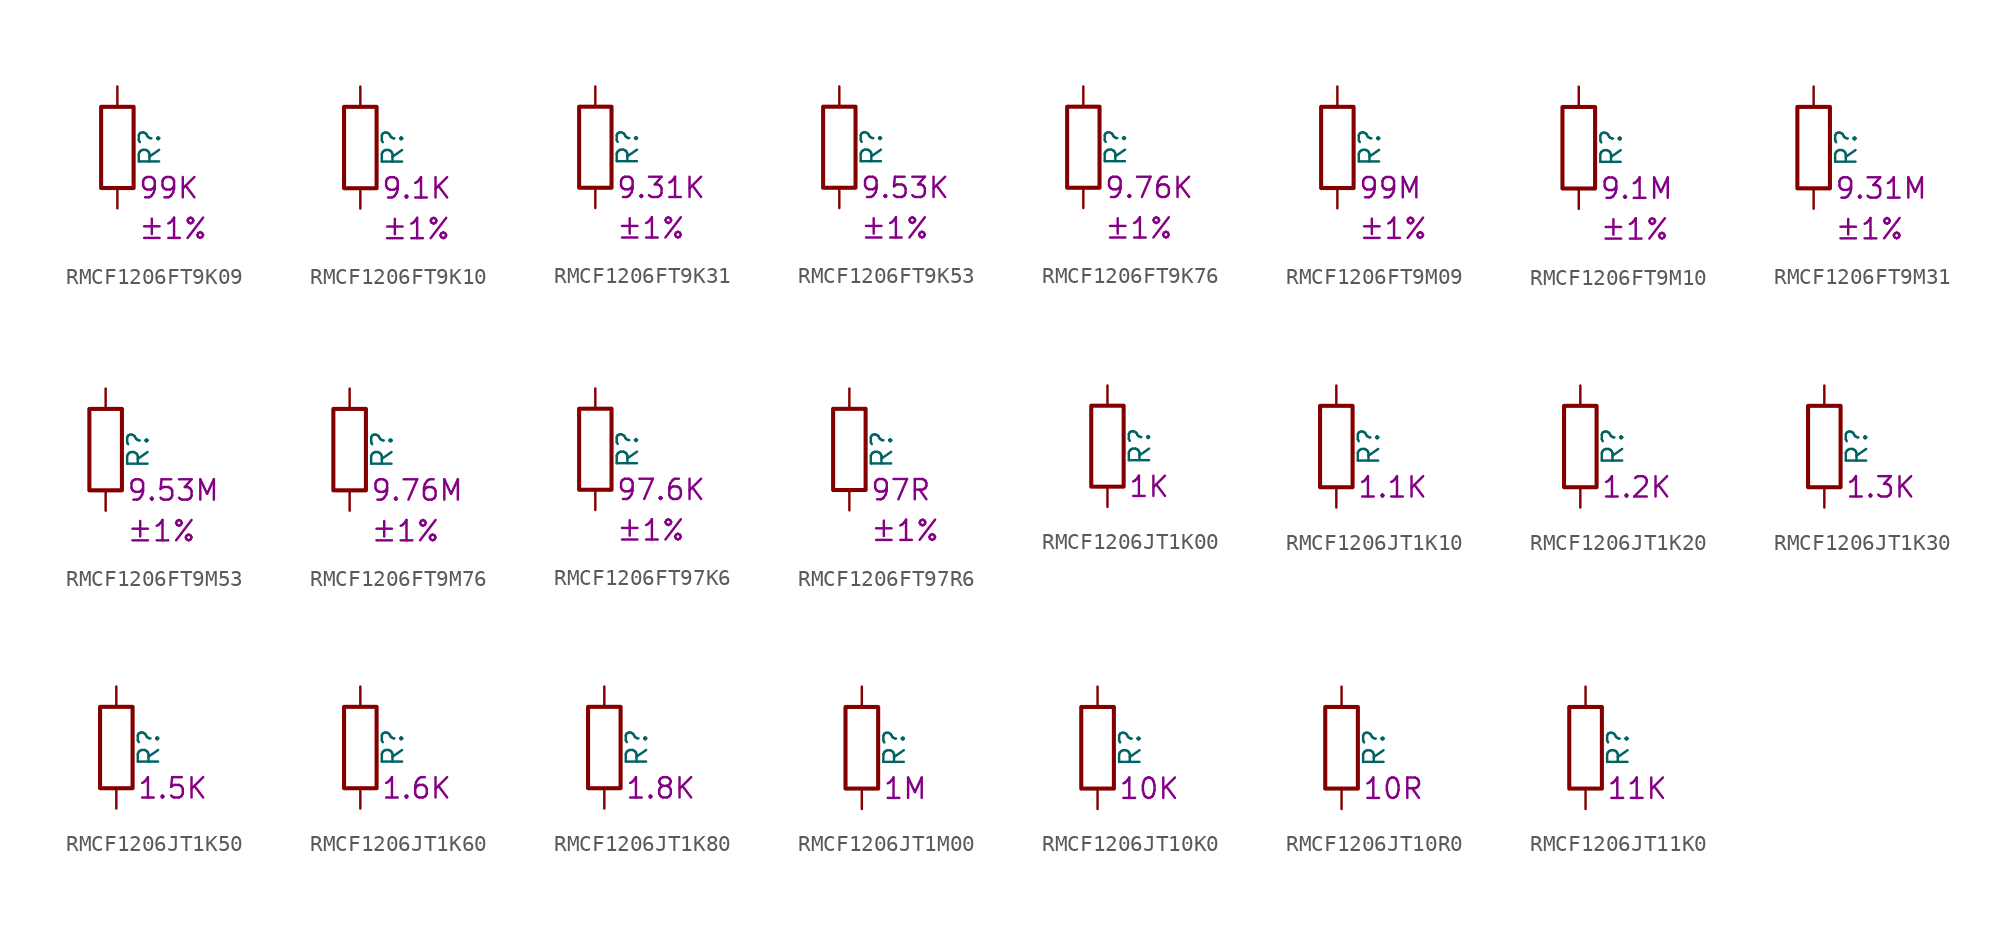
<source format=kicad_sym>
(kicad_symbol_lib
  (version 20220914)
  (generator kicad_symbol_editor)
  (symbol "RMCF1206FT9K09"
    (pin_numbers hide)
    (pin_names
      (offset 0))
    (property "Reference" "R"
      (at 2.032 0 90)
      (effects (font (size 1.27 1.27))))
    (property "Resistance" "99K"
      (at 1.27 -2.54 0)
      (effects (font (size 1.27 1.27)) (justify left)))
    (property "Tolerance" "±1%"
      (at 1.27 -5.08 0)
      (effects (font (size 1.27 1.27)) (justify left)))
    (symbol "RMCF1206FT9K09_0_1"
      (rectangle (start -1.016 -2.54) (end 1.016 2.54) (stroke (width 0.254) (type default)) (fill (type none))))
    (symbol "RMCF1206FT9K09_1_1"
      (pin passive line (at 0 3.81 270) (length 1.27) (name "~" (effects (font (size 1.27 1.27)))) (number "1" (effects (font (size 1.27 1.27)))))
      (pin passive line (at 0 -3.81 90) (length 1.27) (name "~" (effects (font (size 1.27 1.27)))) (number "2" (effects (font (size 1.27 1.27)))))))
  (symbol "RMCF1206FT9K10"
    (pin_numbers hide)
    (pin_names
      (offset 0))
    (property "Reference" "R"
      (at 2.032 0 90)
      (effects (font (size 1.27 1.27))))
    (property "Resistance" "9.1K"
      (at 1.27 -2.54 0)
      (effects (font (size 1.27 1.27)) (justify left)))
    (property "Tolerance" "±1%"
      (at 1.27 -5.08 0)
      (effects (font (size 1.27 1.27)) (justify left)))
    (symbol "RMCF1206FT9K10_0_1"
      (rectangle (start -1.016 -2.54) (end 1.016 2.54) (stroke (width 0.254) (type default)) (fill (type none))))
    (symbol "RMCF1206FT9K10_1_1"
      (pin passive line (at 0 3.81 270) (length 1.27) (name "~" (effects (font (size 1.27 1.27)))) (number "1" (effects (font (size 1.27 1.27)))))
      (pin passive line (at 0 -3.81 90) (length 1.27) (name "~" (effects (font (size 1.27 1.27)))) (number "2" (effects (font (size 1.27 1.27)))))))
  (symbol "RMCF1206FT9K31"
    (pin_numbers hide)
    (pin_names
      (offset 0))
    (property "Reference" "R"
      (at 2.032 0 90)
      (effects (font (size 1.27 1.27))))
    (property "Resistance" "9.31K"
      (at 1.27 -2.54 0)
      (effects (font (size 1.27 1.27)) (justify left)))
    (property "Tolerance" "±1%"
      (at 1.27 -5.08 0)
      (effects (font (size 1.27 1.27)) (justify left)))
    (symbol "RMCF1206FT9K31_0_1"
      (rectangle (start -1.016 -2.54) (end 1.016 2.54) (stroke (width 0.254) (type default)) (fill (type none))))
    (symbol "RMCF1206FT9K31_1_1"
      (pin passive line (at 0 3.81 270) (length 1.27) (name "~" (effects (font (size 1.27 1.27)))) (number "1" (effects (font (size 1.27 1.27)))))
      (pin passive line (at 0 -3.81 90) (length 1.27) (name "~" (effects (font (size 1.27 1.27)))) (number "2" (effects (font (size 1.27 1.27)))))))
  (symbol "RMCF1206FT9K53"
    (pin_numbers hide)
    (pin_names
      (offset 0))
    (property "Reference" "R"
      (at 2.032 0 90)
      (effects (font (size 1.27 1.27))))
    (property "Resistance" "9.53K"
      (at 1.27 -2.54 0)
      (effects (font (size 1.27 1.27)) (justify left)))
    (property "Tolerance" "±1%"
      (at 1.27 -5.08 0)
      (effects (font (size 1.27 1.27)) (justify left)))
    (symbol "RMCF1206FT9K53_0_1"
      (rectangle (start -1.016 -2.54) (end 1.016 2.54) (stroke (width 0.254) (type default)) (fill (type none))))
    (symbol "RMCF1206FT9K53_1_1"
      (pin passive line (at 0 3.81 270) (length 1.27) (name "~" (effects (font (size 1.27 1.27)))) (number "1" (effects (font (size 1.27 1.27)))))
      (pin passive line (at 0 -3.81 90) (length 1.27) (name "~" (effects (font (size 1.27 1.27)))) (number "2" (effects (font (size 1.27 1.27)))))))
  (symbol "RMCF1206FT9K76"
    (pin_numbers hide)
    (pin_names
      (offset 0))
    (property "Reference" "R"
      (at 2.032 0 90)
      (effects (font (size 1.27 1.27))))
    (property "Resistance" "9.76K"
      (at 1.27 -2.54 0)
      (effects (font (size 1.27 1.27)) (justify left)))
    (property "Tolerance" "±1%"
      (at 1.27 -5.08 0)
      (effects (font (size 1.27 1.27)) (justify left)))
    (symbol "RMCF1206FT9K76_0_1"
      (rectangle (start -1.016 -2.54) (end 1.016 2.54) (stroke (width 0.254) (type default)) (fill (type none))))
    (symbol "RMCF1206FT9K76_1_1"
      (pin passive line (at 0 3.81 270) (length 1.27) (name "~" (effects (font (size 1.27 1.27)))) (number "1" (effects (font (size 1.27 1.27)))))
      (pin passive line (at 0 -3.81 90) (length 1.27) (name "~" (effects (font (size 1.27 1.27)))) (number "2" (effects (font (size 1.27 1.27)))))))
  (symbol "RMCF1206FT9M09"
    (pin_numbers hide)
    (pin_names
      (offset 0))
    (property "Reference" "R"
      (at 2.032 0 90)
      (effects (font (size 1.27 1.27))))
    (property "Resistance" "99M"
      (at 1.27 -2.54 0)
      (effects (font (size 1.27 1.27)) (justify left)))
    (property "Tolerance" "±1%"
      (at 1.27 -5.08 0)
      (effects (font (size 1.27 1.27)) (justify left)))
    (symbol "RMCF1206FT9M09_0_1"
      (rectangle (start -1.016 -2.54) (end 1.016 2.54) (stroke (width 0.254) (type default)) (fill (type none))))
    (symbol "RMCF1206FT9M09_1_1"
      (pin passive line (at 0 3.81 270) (length 1.27) (name "~" (effects (font (size 1.27 1.27)))) (number "1" (effects (font (size 1.27 1.27)))))
      (pin passive line (at 0 -3.81 90) (length 1.27) (name "~" (effects (font (size 1.27 1.27)))) (number "2" (effects (font (size 1.27 1.27)))))))
  (symbol "RMCF1206FT9M10"
    (pin_numbers hide)
    (pin_names
      (offset 0))
    (property "Reference" "R"
      (at 2.032 0 90)
      (effects (font (size 1.27 1.27))))
    (property "Resistance" "9.1M"
      (at 1.27 -2.54 0)
      (effects (font (size 1.27 1.27)) (justify left)))
    (property "Tolerance" "±1%"
      (at 1.27 -5.08 0)
      (effects (font (size 1.27 1.27)) (justify left)))
    (symbol "RMCF1206FT9M10_0_1"
      (rectangle (start -1.016 -2.54) (end 1.016 2.54) (stroke (width 0.254) (type default)) (fill (type none))))
    (symbol "RMCF1206FT9M10_1_1"
      (pin passive line (at 0 3.81 270) (length 1.27) (name "~" (effects (font (size 1.27 1.27)))) (number "1" (effects (font (size 1.27 1.27)))))
      (pin passive line (at 0 -3.81 90) (length 1.27) (name "~" (effects (font (size 1.27 1.27)))) (number "2" (effects (font (size 1.27 1.27)))))))
  (symbol "RMCF1206FT9M31"
    (pin_numbers hide)
    (pin_names
      (offset 0))
    (property "Reference" "R"
      (at 2.032 0 90)
      (effects (font (size 1.27 1.27))))
    (property "Resistance" "9.31M"
      (at 1.27 -2.54 0)
      (effects (font (size 1.27 1.27)) (justify left)))
    (property "Tolerance" "±1%"
      (at 1.27 -5.08 0)
      (effects (font (size 1.27 1.27)) (justify left)))
    (symbol "RMCF1206FT9M31_0_1"
      (rectangle (start -1.016 -2.54) (end 1.016 2.54) (stroke (width 0.254) (type default)) (fill (type none))))
    (symbol "RMCF1206FT9M31_1_1"
      (pin passive line (at 0 3.81 270) (length 1.27) (name "~" (effects (font (size 1.27 1.27)))) (number "1" (effects (font (size 1.27 1.27)))))
      (pin passive line (at 0 -3.81 90) (length 1.27) (name "~" (effects (font (size 1.27 1.27)))) (number "2" (effects (font (size 1.27 1.27)))))))
  (symbol "RMCF1206FT9M53"
    (pin_numbers hide)
    (pin_names
      (offset 0))
    (property "Reference" "R"
      (at 2.032 0 90)
      (effects (font (size 1.27 1.27))))
    (property "Resistance" "9.53M"
      (at 1.27 -2.54 0)
      (effects (font (size 1.27 1.27)) (justify left)))
    (property "Tolerance" "±1%"
      (at 1.27 -5.08 0)
      (effects (font (size 1.27 1.27)) (justify left)))
    (symbol "RMCF1206FT9M53_0_1"
      (rectangle (start -1.016 -2.54) (end 1.016 2.54) (stroke (width 0.254) (type default)) (fill (type none))))
    (symbol "RMCF1206FT9M53_1_1"
      (pin passive line (at 0 3.81 270) (length 1.27) (name "~" (effects (font (size 1.27 1.27)))) (number "1" (effects (font (size 1.27 1.27)))))
      (pin passive line (at 0 -3.81 90) (length 1.27) (name "~" (effects (font (size 1.27 1.27)))) (number "2" (effects (font (size 1.27 1.27)))))))
  (symbol "RMCF1206FT9M76"
    (pin_numbers hide)
    (pin_names
      (offset 0))
    (property "Reference" "R"
      (at 2.032 0 90)
      (effects (font (size 1.27 1.27))))
    (property "Resistance" "9.76M"
      (at 1.27 -2.54 0)
      (effects (font (size 1.27 1.27)) (justify left)))
    (property "Tolerance" "±1%"
      (at 1.27 -5.08 0)
      (effects (font (size 1.27 1.27)) (justify left)))
    (symbol "RMCF1206FT9M76_0_1"
      (rectangle (start -1.016 -2.54) (end 1.016 2.54) (stroke (width 0.254) (type default)) (fill (type none))))
    (symbol "RMCF1206FT9M76_1_1"
      (pin passive line (at 0 3.81 270) (length 1.27) (name "~" (effects (font (size 1.27 1.27)))) (number "1" (effects (font (size 1.27 1.27)))))
      (pin passive line (at 0 -3.81 90) (length 1.27) (name "~" (effects (font (size 1.27 1.27)))) (number "2" (effects (font (size 1.27 1.27)))))))
  (symbol "RMCF1206FT97K6"
    (pin_numbers hide)
    (pin_names
      (offset 0))
    (property "Reference" "R"
      (at 2.032 0 90)
      (effects (font (size 1.27 1.27))))
    (property "Resistance" "97.6K"
      (at 1.27 -2.54 0)
      (effects (font (size 1.27 1.27)) (justify left)))
    (property "Tolerance" "±1%"
      (at 1.27 -5.08 0)
      (effects (font (size 1.27 1.27)) (justify left)))
    (symbol "RMCF1206FT97K6_0_1"
      (rectangle (start -1.016 -2.54) (end 1.016 2.54) (stroke (width 0.254) (type default)) (fill (type none))))
    (symbol "RMCF1206FT97K6_1_1"
      (pin passive line (at 0 3.81 270) (length 1.27) (name "~" (effects (font (size 1.27 1.27)))) (number "1" (effects (font (size 1.27 1.27)))))
      (pin passive line (at 0 -3.81 90) (length 1.27) (name "~" (effects (font (size 1.27 1.27)))) (number "2" (effects (font (size 1.27 1.27)))))))
  (symbol "RMCF1206FT97R6"
    (pin_numbers hide)
    (pin_names
      (offset 0))
    (property "Reference" "R"
      (at 2.032 0 90)
      (effects (font (size 1.27 1.27))))
    (property "Resistance" "97R"
      (at 1.27 -2.54 0)
      (effects (font (size 1.27 1.27)) (justify left)))
    (property "Tolerance" "±1%"
      (at 1.27 -5.08 0)
      (effects (font (size 1.27 1.27)) (justify left)))
    (symbol "RMCF1206FT97R6_0_1"
      (rectangle (start -1.016 -2.54) (end 1.016 2.54) (stroke (width 0.254) (type default)) (fill (type none))))
    (symbol "RMCF1206FT97R6_1_1"
      (pin passive line (at 0 3.81 270) (length 1.27) (name "~" (effects (font (size 1.27 1.27)))) (number "1" (effects (font (size 1.27 1.27)))))
      (pin passive line (at 0 -3.81 90) (length 1.27) (name "~" (effects (font (size 1.27 1.27)))) (number "2" (effects (font (size 1.27 1.27)))))))
  (symbol "RMCF1206JT1K00"
    (pin_numbers hide)
    (pin_names
      (offset 0))
    (property "Reference" "R"
      (at 2.032 0 90)
      (effects (font (size 1.27 1.27))))
    (property "Resistance" "1K"
      (at 1.27 -2.54 0)
      (effects (font (size 1.27 1.27)) (justify left)))
    (symbol "RMCF1206JT1K00_0_1"
      (rectangle (start -1.016 -2.54) (end 1.016 2.54) (stroke (width 0.254) (type default)) (fill (type none))))
    (symbol "RMCF1206JT1K00_1_1"
      (pin passive line (at 0 3.81 270) (length 1.27) (name "~" (effects (font (size 1.27 1.27)))) (number "1" (effects (font (size 1.27 1.27)))))
      (pin passive line (at 0 -3.81 90) (length 1.27) (name "~" (effects (font (size 1.27 1.27)))) (number "2" (effects (font (size 1.27 1.27)))))))
  (symbol "RMCF1206JT1K10"
    (pin_numbers hide)
    (pin_names
      (offset 0))
    (property "Reference" "R"
      (at 2.032 0 90)
      (effects (font (size 1.27 1.27))))
    (property "Resistance" "1.1K"
      (at 1.27 -2.54 0)
      (effects (font (size 1.27 1.27)) (justify left)))
    (symbol "RMCF1206JT1K10_0_1"
      (rectangle (start -1.016 -2.54) (end 1.016 2.54) (stroke (width 0.254) (type default)) (fill (type none))))
    (symbol "RMCF1206JT1K10_1_1"
      (pin passive line (at 0 3.81 270) (length 1.27) (name "~" (effects (font (size 1.27 1.27)))) (number "1" (effects (font (size 1.27 1.27)))))
      (pin passive line (at 0 -3.81 90) (length 1.27) (name "~" (effects (font (size 1.27 1.27)))) (number "2" (effects (font (size 1.27 1.27)))))))
  (symbol "RMCF1206JT1K20"
    (pin_numbers hide)
    (pin_names
      (offset 0))
    (property "Reference" "R"
      (at 2.032 0 90)
      (effects (font (size 1.27 1.27))))
    (property "Resistance" "1.2K"
      (at 1.27 -2.54 0)
      (effects (font (size 1.27 1.27)) (justify left)))
    (symbol "RMCF1206JT1K20_0_1"
      (rectangle (start -1.016 -2.54) (end 1.016 2.54) (stroke (width 0.254) (type default)) (fill (type none))))
    (symbol "RMCF1206JT1K20_1_1"
      (pin passive line (at 0 3.81 270) (length 1.27) (name "~" (effects (font (size 1.27 1.27)))) (number "1" (effects (font (size 1.27 1.27)))))
      (pin passive line (at 0 -3.81 90) (length 1.27) (name "~" (effects (font (size 1.27 1.27)))) (number "2" (effects (font (size 1.27 1.27)))))))
  (symbol "RMCF1206JT1K30"
    (pin_numbers hide)
    (pin_names
      (offset 0))
    (property "Reference" "R"
      (at 2.032 0 90)
      (effects (font (size 1.27 1.27))))
    (property "Resistance" "1.3K"
      (at 1.27 -2.54 0)
      (effects (font (size 1.27 1.27)) (justify left)))
    (symbol "RMCF1206JT1K30_0_1"
      (rectangle (start -1.016 -2.54) (end 1.016 2.54) (stroke (width 0.254) (type default)) (fill (type none))))
    (symbol "RMCF1206JT1K30_1_1"
      (pin passive line (at 0 3.81 270) (length 1.27) (name "~" (effects (font (size 1.27 1.27)))) (number "1" (effects (font (size 1.27 1.27)))))
      (pin passive line (at 0 -3.81 90) (length 1.27) (name "~" (effects (font (size 1.27 1.27)))) (number "2" (effects (font (size 1.27 1.27)))))))
  (symbol "RMCF1206JT1K50"
    (pin_numbers hide)
    (pin_names
      (offset 0))
    (property "Reference" "R"
      (at 2.032 0 90)
      (effects (font (size 1.27 1.27))))
    (property "Resistance" "1.5K"
      (at 1.27 -2.54 0)
      (effects (font (size 1.27 1.27)) (justify left)))
    (symbol "RMCF1206JT1K50_0_1"
      (rectangle (start -1.016 -2.54) (end 1.016 2.54) (stroke (width 0.254) (type default)) (fill (type none))))
    (symbol "RMCF1206JT1K50_1_1"
      (pin passive line (at 0 3.81 270) (length 1.27) (name "~" (effects (font (size 1.27 1.27)))) (number "1" (effects (font (size 1.27 1.27)))))
      (pin passive line (at 0 -3.81 90) (length 1.27) (name "~" (effects (font (size 1.27 1.27)))) (number "2" (effects (font (size 1.27 1.27)))))))
  (symbol "RMCF1206JT1K60"
    (pin_numbers hide)
    (pin_names
      (offset 0))
    (property "Reference" "R"
      (at 2.032 0 90)
      (effects (font (size 1.27 1.27))))
    (property "Resistance" "1.6K"
      (at 1.27 -2.54 0)
      (effects (font (size 1.27 1.27)) (justify left)))
    (symbol "RMCF1206JT1K60_0_1"
      (rectangle (start -1.016 -2.54) (end 1.016 2.54) (stroke (width 0.254) (type default)) (fill (type none))))
    (symbol "RMCF1206JT1K60_1_1"
      (pin passive line (at 0 3.81 270) (length 1.27) (name "~" (effects (font (size 1.27 1.27)))) (number "1" (effects (font (size 1.27 1.27)))))
      (pin passive line (at 0 -3.81 90) (length 1.27) (name "~" (effects (font (size 1.27 1.27)))) (number "2" (effects (font (size 1.27 1.27)))))))
  (symbol "RMCF1206JT1K80"
    (pin_numbers hide)
    (pin_names
      (offset 0))
    (property "Reference" "R"
      (at 2.032 0 90)
      (effects (font (size 1.27 1.27))))
    (property "Resistance" "1.8K"
      (at 1.27 -2.54 0)
      (effects (font (size 1.27 1.27)) (justify left)))
    (symbol "RMCF1206JT1K80_0_1"
      (rectangle (start -1.016 -2.54) (end 1.016 2.54) (stroke (width 0.254) (type default)) (fill (type none))))
    (symbol "RMCF1206JT1K80_1_1"
      (pin passive line (at 0 3.81 270) (length 1.27) (name "~" (effects (font (size 1.27 1.27)))) (number "1" (effects (font (size 1.27 1.27)))))
      (pin passive line (at 0 -3.81 90) (length 1.27) (name "~" (effects (font (size 1.27 1.27)))) (number "2" (effects (font (size 1.27 1.27)))))))
  (symbol "RMCF1206JT1M00"
    (pin_numbers hide)
    (pin_names
      (offset 0))
    (property "Reference" "R"
      (at 2.032 0 90)
      (effects (font (size 1.27 1.27))))
    (property "Resistance" "1M"
      (at 1.27 -2.54 0)
      (effects (font (size 1.27 1.27)) (justify left)))
    (symbol "RMCF1206JT1M00_0_1"
      (rectangle (start -1.016 -2.54) (end 1.016 2.54) (stroke (width 0.254) (type default)) (fill (type none))))
    (symbol "RMCF1206JT1M00_1_1"
      (pin passive line (at 0 3.81 270) (length 1.27) (name "~" (effects (font (size 1.27 1.27)))) (number "1" (effects (font (size 1.27 1.27)))))
      (pin passive line (at 0 -3.81 90) (length 1.27) (name "~" (effects (font (size 1.27 1.27)))) (number "2" (effects (font (size 1.27 1.27)))))))
  (symbol "RMCF1206JT10K0"
    (pin_numbers hide)
    (pin_names
      (offset 0))
    (property "Reference" "R"
      (at 2.032 0 90)
      (effects (font (size 1.27 1.27))))
    (property "Resistance" "10K"
      (at 1.27 -2.54 0)
      (effects (font (size 1.27 1.27)) (justify left)))
    (symbol "RMCF1206JT10K0_0_1"
      (rectangle (start -1.016 -2.54) (end 1.016 2.54) (stroke (width 0.254) (type default)) (fill (type none))))
    (symbol "RMCF1206JT10K0_1_1"
      (pin passive line (at 0 3.81 270) (length 1.27) (name "~" (effects (font (size 1.27 1.27)))) (number "1" (effects (font (size 1.27 1.27)))))
      (pin passive line (at 0 -3.81 90) (length 1.27) (name "~" (effects (font (size 1.27 1.27)))) (number "2" (effects (font (size 1.27 1.27)))))))
  (symbol "RMCF1206JT10R0"
    (pin_numbers hide)
    (pin_names
      (offset 0))
    (property "Reference" "R"
      (at 2.032 0 90)
      (effects (font (size 1.27 1.27))))
    (property "Resistance" "10R"
      (at 1.27 -2.54 0)
      (effects (font (size 1.27 1.27)) (justify left)))
    (symbol "RMCF1206JT10R0_0_1"
      (rectangle (start -1.016 -2.54) (end 1.016 2.54) (stroke (width 0.254) (type default)) (fill (type none))))
    (symbol "RMCF1206JT10R0_1_1"
      (pin passive line (at 0 3.81 270) (length 1.27) (name "~" (effects (font (size 1.27 1.27)))) (number "1" (effects (font (size 1.27 1.27)))))
      (pin passive line (at 0 -3.81 90) (length 1.27) (name "~" (effects (font (size 1.27 1.27)))) (number "2" (effects (font (size 1.27 1.27)))))))
  (symbol "RMCF1206JT11K0"
    (pin_numbers hide)
    (pin_names
      (offset 0))
    (property "Reference" "R"
      (at 2.032 0 90)
      (effects (font (size 1.27 1.27))))
    (property "Resistance" "11K"
      (at 1.27 -2.54 0)
      (effects (font (size 1.27 1.27)) (justify left)))
    (symbol "RMCF1206JT11K0_0_1"
      (rectangle (start -1.016 -2.54) (end 1.016 2.54) (stroke (width 0.254) (type default)) (fill (type none))))
    (symbol "RMCF1206JT11K0_1_1"
      (pin passive line (at 0 3.81 270) (length 1.27) (name "~" (effects (font (size 1.27 1.27)))) (number "1" (effects (font (size 1.27 1.27)))))
      (pin passive line (at 0 -3.81 90) (length 1.27) (name "~" (effects (font (size 1.27 1.27)))) (number "2" (effects (font (size 1.27 1.27))))))))
</source>
